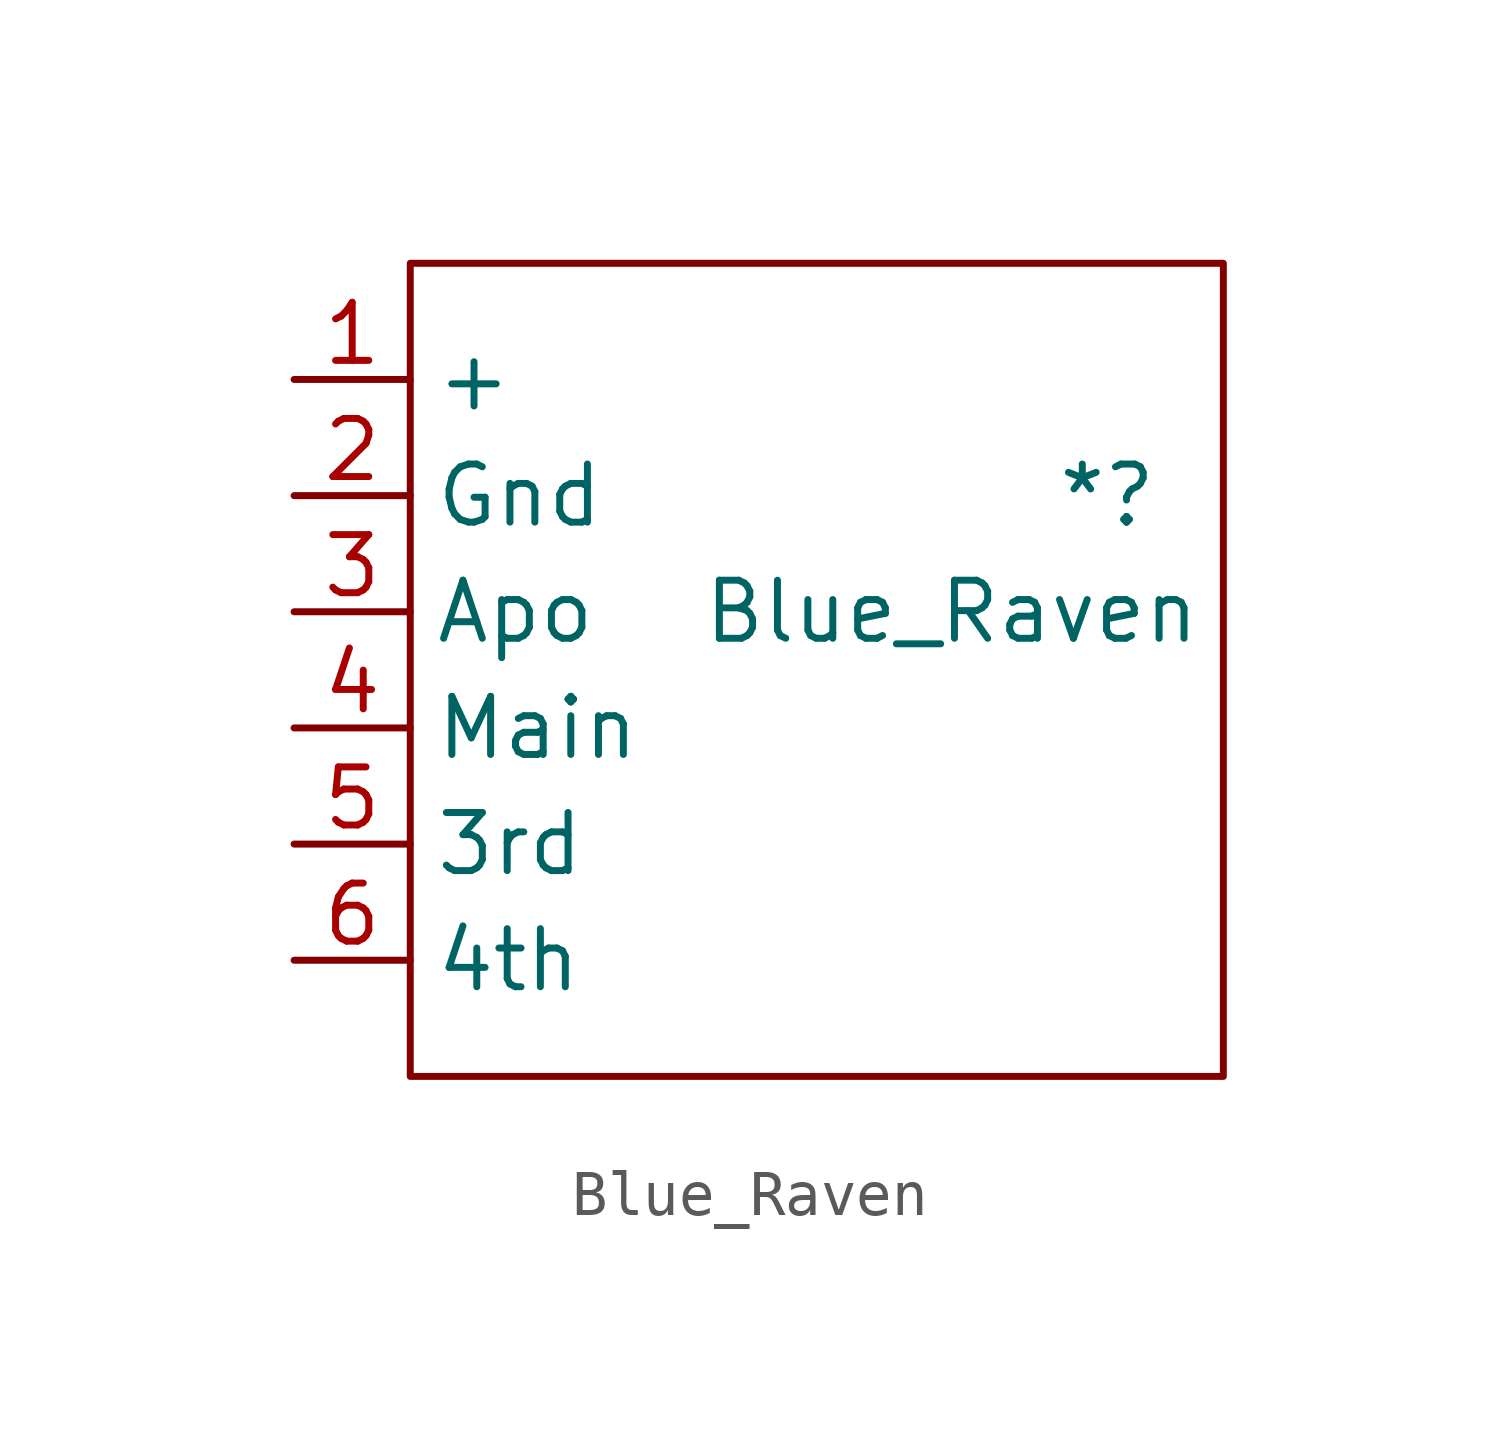
<source format=kicad_sym>
(kicad_symbol_lib
  (version 20211014)
  (generator kicad_symbol_editor)
  (symbol "Blue_Raven"
    (property "Reference" "*"
      (at 25.4 -5.08 0)
      (effects (font (size 1.27 1.27))))
    (property "Value" "Blue_Raven"
      (at 22 -7.62 0)
      (effects (font (size 1.27 1.27))))
    (symbol "Blue_Raven_0_0"
      (rectangle (start 10.16 0) (end 27.94 -17.78) (stroke (width 0) (type default) (color 0 0 0 0)) (fill (type none))))
    (symbol "Blue_Raven_1_1"
      (pin input line (at 7.62 -2.54 0) (length 2.54) (name "+" (effects (font (size 1.27 1.27)))) (number "1" (effects (font (size 1.27 1.27)))))
      (pin input line (at 7.62 -5.08 0) (length 2.54) (name "Gnd" (effects (font (size 1.27 1.27)))) (number "2" (effects (font (size 1.27 1.27)))))
      (pin input line (at 7.62 -7.62 0) (length 2.54) (name "Apo" (effects (font (size 1.27 1.27)))) (number "3" (effects (font (size 1.27 1.27)))))
      (pin input line (at 7.62 -10.16 0) (length 2.54) (name "Main" (effects (font (size 1.27 1.27)))) (number "4" (effects (font (size 1.27 1.27)))))
      (pin input line (at 7.62 -12.7 0) (length 2.54) (name "3rd" (effects (font (size 1.27 1.27)))) (number "5" (effects (font (size 1.27 1.27)))))
      (pin input line (at 7.62 -15.24 0) (length 2.54) (name "4th" (effects (font (size 1.27 1.27)))) (number "6" (effects (font (size 1.27 1.27))))))))
</source>
